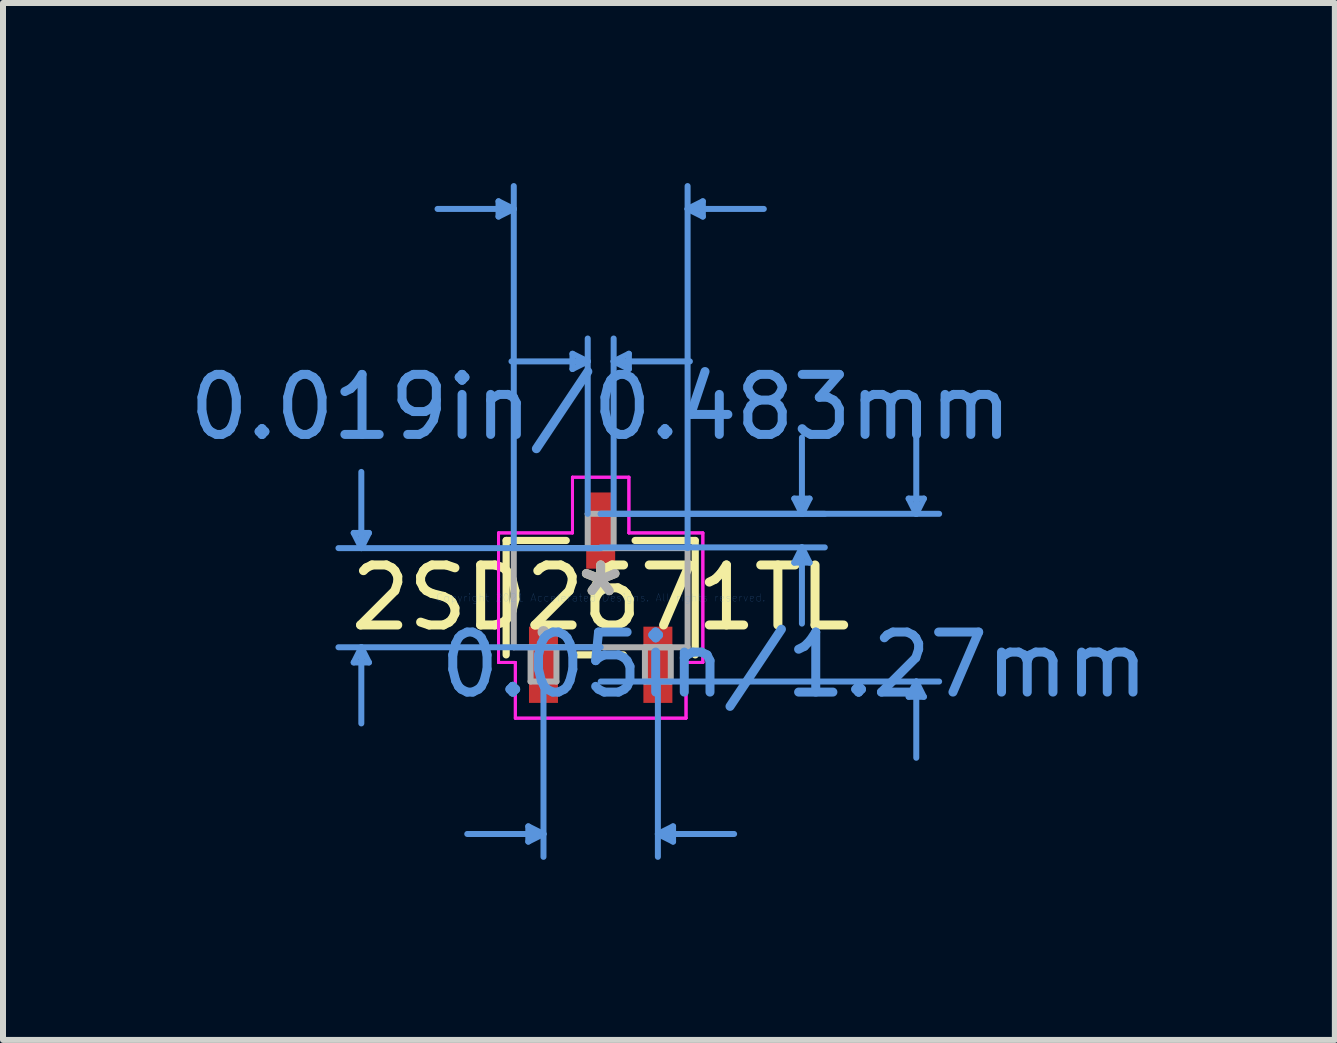
<source format=kicad_pcb>
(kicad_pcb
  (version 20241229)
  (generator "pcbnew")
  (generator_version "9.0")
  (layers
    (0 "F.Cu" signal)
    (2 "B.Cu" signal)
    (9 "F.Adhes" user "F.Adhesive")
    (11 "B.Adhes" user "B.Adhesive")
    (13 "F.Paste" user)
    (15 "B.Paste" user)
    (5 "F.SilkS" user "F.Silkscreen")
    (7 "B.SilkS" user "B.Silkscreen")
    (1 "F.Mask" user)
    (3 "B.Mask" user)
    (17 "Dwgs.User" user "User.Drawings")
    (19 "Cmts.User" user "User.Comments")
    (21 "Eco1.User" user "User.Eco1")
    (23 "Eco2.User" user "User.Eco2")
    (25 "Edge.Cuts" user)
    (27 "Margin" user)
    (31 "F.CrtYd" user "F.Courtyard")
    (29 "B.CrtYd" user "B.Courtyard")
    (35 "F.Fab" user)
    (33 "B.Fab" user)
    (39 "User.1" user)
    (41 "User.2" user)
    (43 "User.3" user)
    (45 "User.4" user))
  (footprint "2SD2671TL"
    (layer "F.Cu")
    (at 6.958 6.908)
    (property "Reference" "2SD2671TL" (at 0 0 0) (layer "F.SilkS") (effects (font (size 1 1) (thickness 0.15))))
    (attr through_hole)
    (fp_line (start -1.575 -0.953) (end -1.575 0.953) (stroke (width 0.12) (type solid)) (layer "F.SilkS"))
    (fp_line (start -0.574 -0.953) (end -1.575 -0.953) (stroke (width 0.12) (type solid)) (layer "F.SilkS"))
    (fp_line (start -0.378 0.953) (end 0.378 0.953) (stroke (width 0.12) (type solid)) (layer "F.SilkS"))
    (fp_line (start 1.575 -0.953) (end 0.574 -0.953) (stroke (width 0.12) (type solid)) (layer "F.SilkS"))
    (fp_line (start 1.575 0.953) (end 1.575 -0.953) (stroke (width 0.12) (type solid)) (layer "F.SilkS"))
    (fp_line (start -4.115 -1.079) (end -3.861 -1.079) (stroke (width 0.1) (type solid)) (layer "Cmts.User"))
    (fp_line (start -4.115 1.079) (end -3.861 1.079) (stroke (width 0.1) (type solid)) (layer "Cmts.User"))
    (fp_line (start -3.988 -0.826) (end -4.115 -1.079) (stroke (width 0.1) (type solid)) (layer "Cmts.User"))
    (fp_line (start -3.988 -0.826) (end -3.988 -2.095) (stroke (width 0.1) (type solid)) (layer "Cmts.User"))
    (fp_line (start -3.988 -0.826) (end -3.861 -1.079) (stroke (width 0.1) (type solid)) (layer "Cmts.User"))
    (fp_line (start -3.988 0.826) (end -4.115 1.079) (stroke (width 0.1) (type solid)) (layer "Cmts.User"))
    (fp_line (start -3.988 0.826) (end -3.988 2.095) (stroke (width 0.1) (type solid)) (layer "Cmts.User"))
    (fp_line (start -3.988 0.826) (end -3.861 1.079) (stroke (width 0.1) (type solid)) (layer "Cmts.User"))
    (fp_line (start -1.702 -6.604) (end -1.702 -6.35) (stroke (width 0.1) (type solid)) (layer "Cmts.User"))
    (fp_line (start -1.448 -6.477) (end -2.718 -6.477) (stroke (width 0.1) (type solid)) (layer "Cmts.User"))
    (fp_line (start -1.448 -6.477) (end -1.702 -6.604) (stroke (width 0.1) (type solid)) (layer "Cmts.User"))
    (fp_line (start -1.448 -6.477) (end -1.702 -6.35) (stroke (width 0.1) (type solid)) (layer "Cmts.User"))
    (fp_line (start -1.448 -0.826) (end -1.448 -6.858) (stroke (width 0.1) (type solid)) (layer "Cmts.User"))
    (fp_line (start -1.206 3.81) (end -1.206 4.064) (stroke (width 0.1) (type solid)) (layer "Cmts.User"))
    (fp_line (start -0.953 1.397) (end -0.953 4.318) (stroke (width 0.1) (type solid)) (layer "Cmts.User"))
    (fp_line (start -0.953 3.937) (end -2.223 3.937) (stroke (width 0.1) (type solid)) (layer "Cmts.User"))
    (fp_line (start -0.953 3.937) (end -1.206 3.81) (stroke (width 0.1) (type solid)) (layer "Cmts.User"))
    (fp_line (start -0.953 3.937) (end -1.206 4.064) (stroke (width 0.1) (type solid)) (layer "Cmts.User"))
    (fp_line (start -0.47 -4.064) (end -0.47 -3.81) (stroke (width 0.1) (type solid)) (layer "Cmts.User"))
    (fp_line (start -0.216 -3.937) (end -1.486 -3.937) (stroke (width 0.1) (type solid)) (layer "Cmts.User"))
    (fp_line (start -0.216 -3.937) (end -0.47 -4.064) (stroke (width 0.1) (type solid)) (layer "Cmts.User"))
    (fp_line (start -0.216 -3.937) (end -0.47 -3.81) (stroke (width 0.1) (type solid)) (layer "Cmts.User"))
    (fp_line (start -0.216 -1.397) (end -0.216 -4.318) (stroke (width 0.1) (type solid)) (layer "Cmts.User"))
    (fp_line (start 0 -1.397) (end 3.734 -1.397) (stroke (width 0.1) (type solid)) (layer "Cmts.User"))
    (fp_line (start 0 -1.397) (end 5.639 -1.397) (stroke (width 0.1) (type solid)) (layer "Cmts.User"))
    (fp_line (start 0 -0.838) (end 3.734 -0.838) (stroke (width 0.1) (type solid)) (layer "Cmts.User"))
    (fp_line (start 0 -0.826) (end -4.369 -0.826) (stroke (width 0.1) (type solid)) (layer "Cmts.User"))
    (fp_line (start 0 0.826) (end -4.369 0.826) (stroke (width 0.1) (type solid)) (layer "Cmts.User"))
    (fp_line (start 0 1.397) (end 5.639 1.397) (stroke (width 0.1) (type solid)) (layer "Cmts.User"))
    (fp_line (start 0.216 -3.937) (end 0.47 -4.064) (stroke (width 0.1) (type solid)) (layer "Cmts.User"))
    (fp_line (start 0.216 -3.937) (end 0.47 -3.81) (stroke (width 0.1) (type solid)) (layer "Cmts.User"))
    (fp_line (start 0.216 -3.937) (end 1.486 -3.937) (stroke (width 0.1) (type solid)) (layer "Cmts.User"))
    (fp_line (start 0.216 -1.397) (end 0.216 -4.318) (stroke (width 0.1) (type solid)) (layer "Cmts.User"))
    (fp_line (start 0.47 -4.064) (end 0.47 -3.81) (stroke (width 0.1) (type solid)) (layer "Cmts.User"))
    (fp_line (start 0.953 1.397) (end 0.953 4.318) (stroke (width 0.1) (type solid)) (layer "Cmts.User"))
    (fp_line (start 0.953 3.937) (end 1.206 3.81) (stroke (width 0.1) (type solid)) (layer "Cmts.User"))
    (fp_line (start 0.953 3.937) (end 1.206 4.064) (stroke (width 0.1) (type solid)) (layer "Cmts.User"))
    (fp_line (start 0.953 3.937) (end 2.223 3.937) (stroke (width 0.1) (type solid)) (layer "Cmts.User"))
    (fp_line (start 1.206 3.81) (end 1.206 4.064) (stroke (width 0.1) (type solid)) (layer "Cmts.User"))
    (fp_line (start 1.448 -6.477) (end 1.702 -6.604) (stroke (width 0.1) (type solid)) (layer "Cmts.User"))
    (fp_line (start 1.448 -6.477) (end 1.702 -6.35) (stroke (width 0.1) (type solid)) (layer "Cmts.User"))
    (fp_line (start 1.448 -6.477) (end 2.718 -6.477) (stroke (width 0.1) (type solid)) (layer "Cmts.User"))
    (fp_line (start 1.448 -0.826) (end 1.448 -6.858) (stroke (width 0.1) (type solid)) (layer "Cmts.User"))
    (fp_line (start 1.702 -6.604) (end 1.702 -6.35) (stroke (width 0.1) (type solid)) (layer "Cmts.User"))
    (fp_line (start 3.226 -1.651) (end 3.48 -1.651) (stroke (width 0.1) (type solid)) (layer "Cmts.User"))
    (fp_line (start 3.226 -0.584) (end 3.48 -0.584) (stroke (width 0.1) (type solid)) (layer "Cmts.User"))
    (fp_line (start 3.353 -1.397) (end 3.226 -1.651) (stroke (width 0.1) (type solid)) (layer "Cmts.User"))
    (fp_line (start 3.353 -1.397) (end 3.353 -2.667) (stroke (width 0.1) (type solid)) (layer "Cmts.User"))
    (fp_line (start 3.353 -1.397) (end 3.48 -1.651) (stroke (width 0.1) (type solid)) (layer "Cmts.User"))
    (fp_line (start 3.353 -0.838) (end 3.226 -0.584) (stroke (width 0.1) (type solid)) (layer "Cmts.User"))
    (fp_line (start 3.353 -0.838) (end 3.353 0.432) (stroke (width 0.1) (type solid)) (layer "Cmts.User"))
    (fp_line (start 3.353 -0.838) (end 3.48 -0.584) (stroke (width 0.1) (type solid)) (layer "Cmts.User"))
    (fp_line (start 5.131 -1.651) (end 5.385 -1.651) (stroke (width 0.1) (type solid)) (layer "Cmts.User"))
    (fp_line (start 5.131 1.651) (end 5.385 1.651) (stroke (width 0.1) (type solid)) (layer "Cmts.User"))
    (fp_line (start 5.258 -1.397) (end 5.131 -1.651) (stroke (width 0.1) (type solid)) (layer "Cmts.User"))
    (fp_line (start 5.258 -1.397) (end 5.258 -2.667) (stroke (width 0.1) (type solid)) (layer "Cmts.User"))
    (fp_line (start 5.258 -1.397) (end 5.385 -1.651) (stroke (width 0.1) (type solid)) (layer "Cmts.User"))
    (fp_line (start 5.258 1.397) (end 5.131 1.651) (stroke (width 0.1) (type solid)) (layer "Cmts.User"))
    (fp_line (start 5.258 1.397) (end 5.258 2.667) (stroke (width 0.1) (type solid)) (layer "Cmts.User"))
    (fp_line (start 5.258 1.397) (end 5.385 1.651) (stroke (width 0.1) (type solid)) (layer "Cmts.User"))
    (fp_line (start -1.702 -1.079) (end -0.47 -1.079) (stroke (width 0.05) (type solid)) (layer "F.CrtYd"))
    (fp_line (start -1.702 -1.079) (end -0.47 -1.079) (stroke (width 0.05) (type solid)) (layer "F.CrtYd"))
    (fp_line (start -1.702 1.079) (end -1.702 -1.079) (stroke (width 0.05) (type solid)) (layer "F.CrtYd"))
    (fp_line (start -1.702 1.079) (end -1.702 -1.079) (stroke (width 0.05) (type solid)) (layer "F.CrtYd"))
    (fp_line (start -1.702 1.079) (end -1.422 1.079) (stroke (width 0.05) (type solid)) (layer "F.CrtYd"))
    (fp_line (start -1.422 1.079) (end -1.702 1.079) (stroke (width 0.05) (type solid)) (layer "F.CrtYd"))
    (fp_line (start -1.422 1.079) (end -1.422 2.007) (stroke (width 0.05) (type solid)) (layer "F.CrtYd"))
    (fp_line (start -1.422 2.007) (end -1.422 1.079) (stroke (width 0.05) (type solid)) (layer "F.CrtYd"))
    (fp_line (start -1.422 2.007) (end 1.422 2.007) (stroke (width 0.05) (type solid)) (layer "F.CrtYd"))
    (fp_line (start -0.47 -2.007) (end 0.47 -2.007) (stroke (width 0.05) (type solid)) (layer "F.CrtYd"))
    (fp_line (start -0.47 -2.007) (end 0.47 -2.007) (stroke (width 0.05) (type solid)) (layer "F.CrtYd"))
    (fp_line (start -0.47 -1.079) (end -0.47 -2.007) (stroke (width 0.05) (type solid)) (layer "F.CrtYd"))
    (fp_line (start -0.47 -1.079) (end -0.47 -2.007) (stroke (width 0.05) (type solid)) (layer "F.CrtYd"))
    (fp_line (start 0.47 -2.007) (end 0.47 -1.079) (stroke (width 0.05) (type solid)) (layer "F.CrtYd"))
    (fp_line (start 0.47 -1.079) (end 0.47 -2.007) (stroke (width 0.05) (type solid)) (layer "F.CrtYd"))
    (fp_line (start 0.47 -1.079) (end 1.702 -1.079) (stroke (width 0.05) (type solid)) (layer "F.CrtYd"))
    (fp_line (start 1.422 1.079) (end 1.422 2.007) (stroke (width 0.05) (type solid)) (layer "F.CrtYd"))
    (fp_line (start 1.422 1.079) (end 1.422 2.007) (stroke (width 0.05) (type solid)) (layer "F.CrtYd"))
    (fp_line (start 1.422 2.007) (end -1.422 2.007) (stroke (width 0.05) (type solid)) (layer "F.CrtYd"))
    (fp_line (start 1.702 -1.079) (end 0.47 -1.079) (stroke (width 0.05) (type solid)) (layer "F.CrtYd"))
    (fp_line (start 1.702 -1.079) (end 1.702 1.079) (stroke (width 0.05) (type solid)) (layer "F.CrtYd"))
    (fp_line (start 1.702 -1.079) (end 1.702 1.079) (stroke (width 0.05) (type solid)) (layer "F.CrtYd"))
    (fp_line (start 1.702 1.079) (end 1.422 1.079) (stroke (width 0.05) (type solid)) (layer "F.CrtYd"))
    (fp_line (start 1.702 1.079) (end 1.422 1.079) (stroke (width 0.05) (type solid)) (layer "F.CrtYd"))
    (fp_line (start -1.448 -0.826) (end -1.448 0.826) (stroke (width 0.1) (type solid)) (layer "F.Fab"))
    (fp_line (start -1.448 0.826) (end 1.448 0.826) (stroke (width 0.1) (type solid)) (layer "F.Fab"))
    (fp_line (start -1.168 0.826) (end -1.168 1.397) (stroke (width 0.1) (type solid)) (layer "F.Fab"))
    (fp_line (start -1.168 1.397) (end -0.737 1.397) (stroke (width 0.1) (type solid)) (layer "F.Fab"))
    (fp_line (start -0.737 0.826) (end -1.168 0.826) (stroke (width 0.1) (type solid)) (layer "F.Fab"))
    (fp_line (start -0.737 1.397) (end -0.737 0.826) (stroke (width 0.1) (type solid)) (layer "F.Fab"))
    (fp_line (start -0.216 -1.397) (end -0.216 -0.826) (stroke (width 0.1) (type solid)) (layer "F.Fab"))
    (fp_line (start -0.216 -0.826) (end 0.216 -0.826) (stroke (width 0.1) (type solid)) (layer "F.Fab"))
    (fp_line (start 0.216 -1.397) (end -0.216 -1.397) (stroke (width 0.1) (type solid)) (layer "F.Fab"))
    (fp_line (start 0.216 -0.826) (end 0.216 -1.397) (stroke (width 0.1) (type solid)) (layer "F.Fab"))
    (fp_line (start 0.737 0.826) (end 0.737 1.397) (stroke (width 0.1) (type solid)) (layer "F.Fab"))
    (fp_line (start 0.737 1.397) (end 1.168 1.397) (stroke (width 0.1) (type solid)) (layer "F.Fab"))
    (fp_line (start 1.168 0.826) (end 0.737 0.826) (stroke (width 0.1) (type solid)) (layer "F.Fab"))
    (fp_line (start 1.168 1.397) (end 1.168 0.826) (stroke (width 0.1) (type solid)) (layer "F.Fab"))
    (fp_line (start 1.448 -0.826) (end -1.448 -0.826) (stroke (width 0.1) (type solid)) (layer "F.Fab"))
    (fp_line (start 1.448 0.826) (end 1.448 -0.826) (stroke (width 0.1) (type solid)) (layer "F.Fab"))
    (fp_circle (center -0.953 0.572) (end -0.953 0.572) (stroke (width 0.1) (type solid)) (fill no) (layer "F.Fab"))
    (fp_text user "*" (at 0 0 0) (layer "F.SilkS") (effects (font (size 1 1) (thickness 0.15))))
    (fp_text user "Copyright 2021 Accelerated Designs. All rights reserved." (at 0 0 0) (layer "Cmts.User") (effects (font (size 0.127 0.127) (thickness 0.002))))
    (fp_text user "0.05in/1.27mm" (at 3.226 1.118 0) (layer "Cmts.User") (effects (font (size 1 1) (thickness 0.15))))
    (fp_text user "0.019in/0.483mm" (at 0 -3.175 0) (layer "Cmts.User") (effects (font (size 1 1) (thickness 0.15))))
    (fp_text user "*" (at 0 0 0) (layer "F.Fab") (effects (font (size 1 1) (thickness 0.15))))
    (pad "1" smd rect (at -0.953 1.118) (size 0.483 1.27) (layers "F.Cu" "F.Mask" "F.Paste"))
    (pad "2" smd rect (at 0.953 1.118) (size 0.483 1.27) (layers "F.Cu" "F.Mask" "F.Paste"))
    (pad "3" smd rect (at 0 -1.118) (size 0.483 1.27) (layers "F.Cu" "F.Mask" "F.Paste")))
  (gr_rect
    (start -3 -3)
    (end 19.19 14.276)
    (stroke (width 0.1) (type default))
    (fill no)
    (layer "Edge.Cuts")))
</source>
